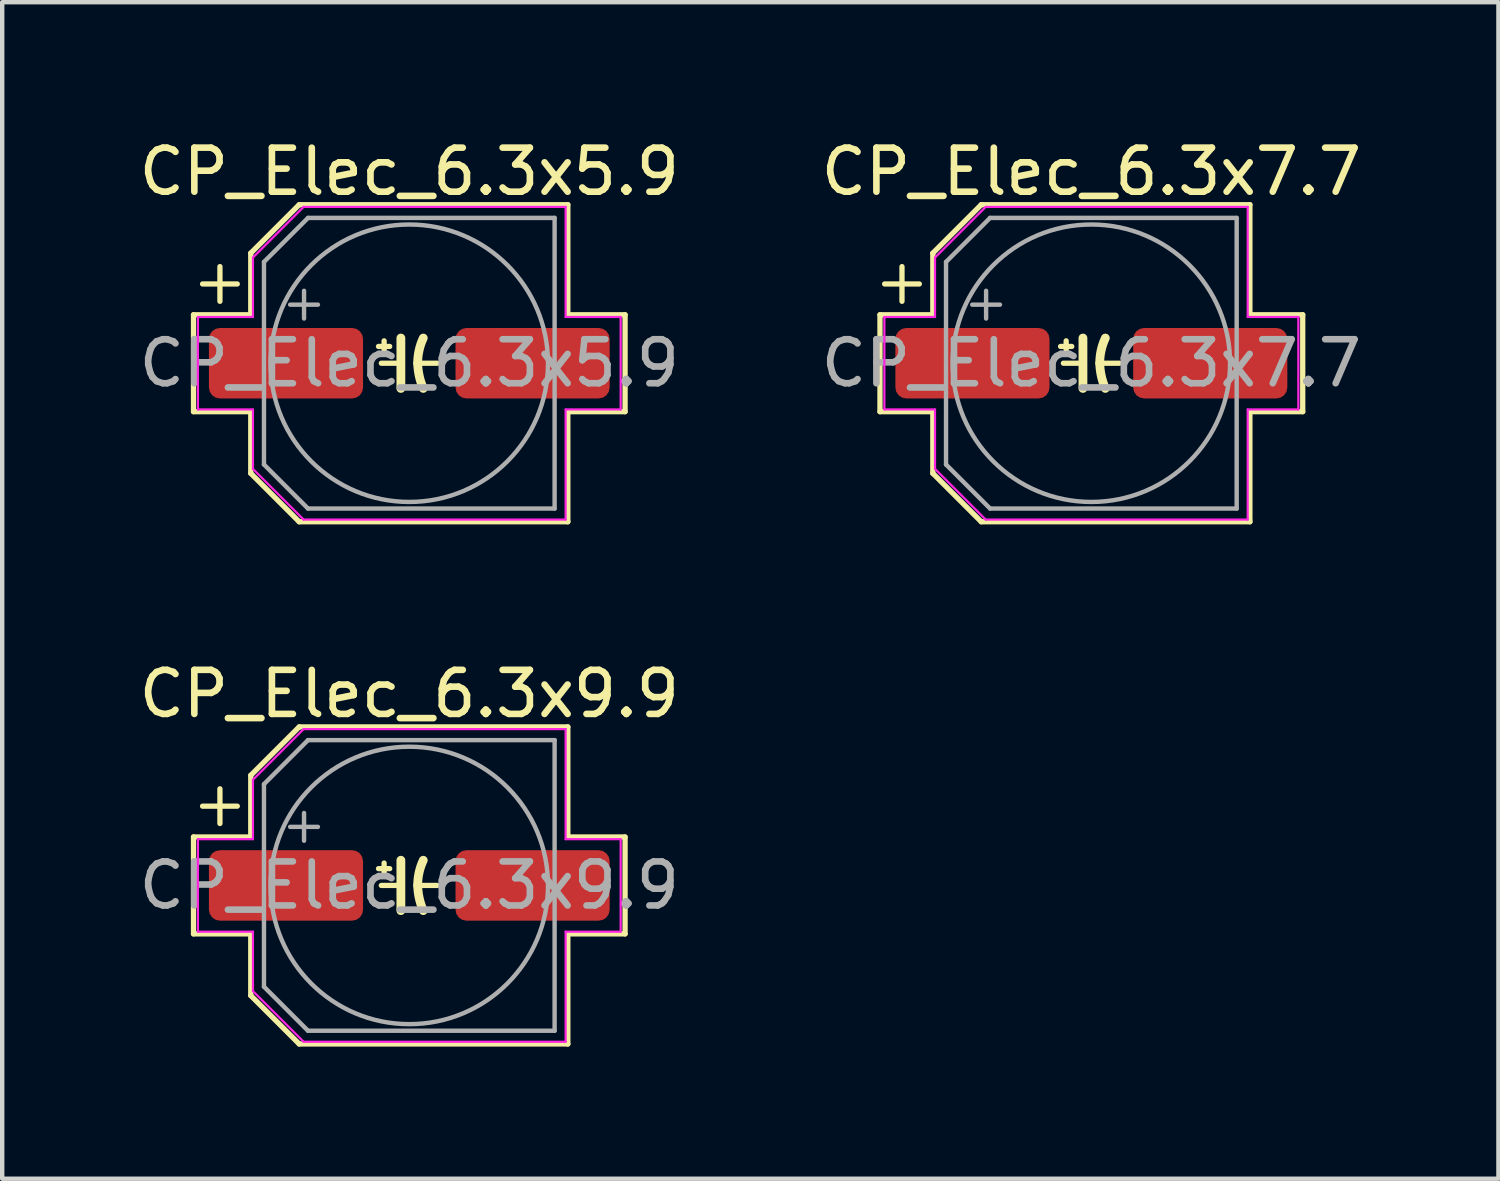
<source format=kicad_pcb>
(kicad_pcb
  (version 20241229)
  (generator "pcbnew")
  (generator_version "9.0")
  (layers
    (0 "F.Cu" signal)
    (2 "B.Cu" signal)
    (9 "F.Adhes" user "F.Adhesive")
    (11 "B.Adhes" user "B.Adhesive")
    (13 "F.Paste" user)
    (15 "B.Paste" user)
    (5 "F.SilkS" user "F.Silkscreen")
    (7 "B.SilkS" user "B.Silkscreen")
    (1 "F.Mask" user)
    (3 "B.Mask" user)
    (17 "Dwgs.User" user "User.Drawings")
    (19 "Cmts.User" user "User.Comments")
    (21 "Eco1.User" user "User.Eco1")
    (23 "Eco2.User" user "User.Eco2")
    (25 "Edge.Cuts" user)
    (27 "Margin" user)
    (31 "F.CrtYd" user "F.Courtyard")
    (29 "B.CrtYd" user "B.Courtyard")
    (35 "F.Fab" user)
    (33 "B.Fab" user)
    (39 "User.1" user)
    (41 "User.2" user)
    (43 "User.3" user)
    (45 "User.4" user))
  (footprint "CP_Elec_6.3x5.9"
    (layer "F.Cu")
    (at 6.244 5.198)
    (property "Reference" "CP_Elec_6.3x5.9" (at 0 -4.35 0) (layer "F.SilkS") (effects (font (size 1 1) (thickness 0.15))))
    (attr smd)
    (fp_line (start -4.9 -1.1) (end -4.9 1.1) (stroke (width 0.12) (type solid)) (layer "F.SilkS"))
    (fp_line (start -4.9 1.1) (end -3.6 1.1) (stroke (width 0.12) (type solid)) (layer "F.SilkS"))
    (fp_line (start -4.694 -1.8) (end -3.906 -1.8) (stroke (width 0.12) (type solid)) (layer "F.SilkS"))
    (fp_line (start -4.3 -2.194) (end -4.3 -1.406) (stroke (width 0.12) (type solid)) (layer "F.SilkS"))
    (fp_line (start -3.6 -2.5) (end -3.6 -1.1) (stroke (width 0.12) (type solid)) (layer "F.SilkS"))
    (fp_line (start -3.6 -1.1) (end -4.9 -1.1) (stroke (width 0.12) (type solid)) (layer "F.SilkS"))
    (fp_line (start -3.6 1.1) (end -3.6 2.5) (stroke (width 0.12) (type solid)) (layer "F.SilkS"))
    (fp_line (start -3.6 2.5) (end -2.5 3.6) (stroke (width 0.12) (type solid)) (layer "F.SilkS"))
    (fp_line (start -2.5 -3.6) (end -3.6 -2.5) (stroke (width 0.12) (type solid)) (layer "F.SilkS"))
    (fp_line (start -2.5 3.6) (end 3.6 3.6) (stroke (width 0.12) (type solid)) (layer "F.SilkS"))
    (fp_line (start -0.699 -0.381) (end -0.445 -0.381) (stroke (width 0.12) (type solid)) (layer "F.SilkS"))
    (fp_line (start -0.635 0) (end -0.191 0) (stroke (width 0.12) (type solid)) (layer "F.SilkS"))
    (fp_line (start -0.572 -0.508) (end -0.572 -0.254) (stroke (width 0.12) (type solid)) (layer "F.SilkS"))
    (fp_line (start -0.191 -0.572) (end -0.191 0.572) (stroke (width 0.2) (type solid)) (layer "F.SilkS"))
    (fp_line (start 0.635 0) (end 0.191 0) (stroke (width 0.12) (type solid)) (layer "F.SilkS"))
    (fp_line (start 3.6 -3.6) (end -2.5 -3.6) (stroke (width 0.12) (type solid)) (layer "F.SilkS"))
    (fp_line (start 3.6 -1.1) (end 3.6 -3.6) (stroke (width 0.12) (type solid)) (layer "F.SilkS"))
    (fp_line (start 3.6 1.1) (end 4.9 1.1) (stroke (width 0.12) (type solid)) (layer "F.SilkS"))
    (fp_line (start 3.6 3.6) (end 3.6 1.1) (stroke (width 0.12) (type solid)) (layer "F.SilkS"))
    (fp_line (start 4.9 -1.1) (end 3.6 -1.1) (stroke (width 0.12) (type solid)) (layer "F.SilkS"))
    (fp_line (start 4.9 1.1) (end 4.9 -1.1) (stroke (width 0.12) (type solid)) (layer "F.SilkS"))
    (fp_arc (start 0.1905 0) (mid 0.222579 -0.292732) (end 0.3175 -0.5715) (stroke (width 0.2) (type solid)) (layer "F.SilkS"))
    (fp_arc (start 0.3175 0.5715) (mid 0.226611 0.291836) (end 0.1905 0) (stroke (width 0.2) (type solid)) (layer "F.SilkS"))
    (fp_line (start -4.8 -1.05) (end -4.8 1.05) (stroke (width 0.05) (type solid)) (layer "F.CrtYd"))
    (fp_line (start -4.8 1.05) (end -3.55 1.05) (stroke (width 0.05) (type solid)) (layer "F.CrtYd"))
    (fp_line (start -3.55 -2.4) (end -3.55 -1.05) (stroke (width 0.05) (type solid)) (layer "F.CrtYd"))
    (fp_line (start -3.55 -2.4) (end -2.4 -3.55) (stroke (width 0.05) (type solid)) (layer "F.CrtYd"))
    (fp_line (start -3.55 -1.05) (end -4.8 -1.05) (stroke (width 0.05) (type solid)) (layer "F.CrtYd"))
    (fp_line (start -3.55 1.05) (end -3.55 2.4) (stroke (width 0.05) (type solid)) (layer "F.CrtYd"))
    (fp_line (start -3.55 2.4) (end -2.4 3.55) (stroke (width 0.05) (type solid)) (layer "F.CrtYd"))
    (fp_line (start -2.4 -3.55) (end 3.55 -3.55) (stroke (width 0.05) (type solid)) (layer "F.CrtYd"))
    (fp_line (start -2.4 3.55) (end 3.55 3.55) (stroke (width 0.05) (type solid)) (layer "F.CrtYd"))
    (fp_line (start 3.55 -3.55) (end 3.55 -1.05) (stroke (width 0.05) (type solid)) (layer "F.CrtYd"))
    (fp_line (start 3.55 -1.05) (end 4.8 -1.05) (stroke (width 0.05) (type solid)) (layer "F.CrtYd"))
    (fp_line (start 3.55 1.05) (end 3.55 3.55) (stroke (width 0.05) (type solid)) (layer "F.CrtYd"))
    (fp_line (start 4.8 -1.05) (end 4.8 1.05) (stroke (width 0.05) (type solid)) (layer "F.CrtYd"))
    (fp_line (start 4.8 1.05) (end 3.55 1.05) (stroke (width 0.05) (type solid)) (layer "F.CrtYd"))
    (fp_line (start -3.3 -2.3) (end -3.3 2.3) (stroke (width 0.1) (type solid)) (layer "F.Fab"))
    (fp_line (start -3.3 -2.3) (end -2.3 -3.3) (stroke (width 0.1) (type solid)) (layer "F.Fab"))
    (fp_line (start -3.3 2.3) (end -2.3 3.3) (stroke (width 0.1) (type solid)) (layer "F.Fab"))
    (fp_line (start -2.705 -1.33) (end -2.075 -1.33) (stroke (width 0.1) (type solid)) (layer "F.Fab"))
    (fp_line (start -2.39 -1.645) (end -2.39 -1.015) (stroke (width 0.1) (type solid)) (layer "F.Fab"))
    (fp_line (start -2.3 -3.3) (end 3.3 -3.3) (stroke (width 0.1) (type solid)) (layer "F.Fab"))
    (fp_line (start -2.3 3.3) (end 3.3 3.3) (stroke (width 0.1) (type solid)) (layer "F.Fab"))
    (fp_line (start 3.3 -3.3) (end 3.3 3.3) (stroke (width 0.1) (type solid)) (layer "F.Fab"))
    (fp_circle (center 0 0) (end 3.15 0) (stroke (width 0.1) (type solid)) (fill no) (layer "F.Fab"))
    (fp_text user "${REFERENCE}" (at 0 0 0) (layer "F.Fab") (effects (font (size 1 1) (thickness 0.15))))
    (pad "1" smd roundrect (at -2.8 0) (size 3.5 1.6) (layers "F.Cu" "F.Mask" "F.Paste") (roundrect_rratio 0.156))
    (pad "2" smd roundrect (at 2.8 0) (size 3.5 1.6) (layers "F.Cu" "F.Mask" "F.Paste") (roundrect_rratio 0.156)))
  (footprint "CP_Elec_6.3x7.7"
    (layer "F.Cu")
    (at 21.732 5.198)
    (property "Reference" "CP_Elec_6.3x7.7" (at 0 -4.35 0) (layer "F.SilkS") (effects (font (size 1 1) (thickness 0.15))))
    (attr smd)
    (fp_line (start -4.8 -1.1) (end -4.8 1.1) (stroke (width 0.12) (type solid)) (layer "F.SilkS"))
    (fp_line (start -4.8 1.1) (end -3.6 1.1) (stroke (width 0.12) (type solid)) (layer "F.SilkS"))
    (fp_line (start -4.694 -1.8) (end -3.906 -1.8) (stroke (width 0.12) (type solid)) (layer "F.SilkS"))
    (fp_line (start -4.3 -2.194) (end -4.3 -1.406) (stroke (width 0.12) (type solid)) (layer "F.SilkS"))
    (fp_line (start -3.6 -2.5) (end -3.6 -1.1) (stroke (width 0.12) (type solid)) (layer "F.SilkS"))
    (fp_line (start -3.6 -1.1) (end -4.8 -1.1) (stroke (width 0.12) (type solid)) (layer "F.SilkS"))
    (fp_line (start -3.6 1.1) (end -3.6 2.5) (stroke (width 0.12) (type solid)) (layer "F.SilkS"))
    (fp_line (start -3.6 2.5) (end -2.5 3.6) (stroke (width 0.12) (type solid)) (layer "F.SilkS"))
    (fp_line (start -2.5 -3.6) (end -3.6 -2.5) (stroke (width 0.12) (type solid)) (layer "F.SilkS"))
    (fp_line (start -2.5 3.6) (end 3.6 3.6) (stroke (width 0.12) (type solid)) (layer "F.SilkS"))
    (fp_line (start -0.699 -0.381) (end -0.445 -0.381) (stroke (width 0.12) (type solid)) (layer "F.SilkS"))
    (fp_line (start -0.635 0) (end -0.191 0) (stroke (width 0.12) (type solid)) (layer "F.SilkS"))
    (fp_line (start -0.572 -0.508) (end -0.572 -0.254) (stroke (width 0.12) (type solid)) (layer "F.SilkS"))
    (fp_line (start -0.191 -0.572) (end -0.191 0.572) (stroke (width 0.2) (type solid)) (layer "F.SilkS"))
    (fp_line (start 0.635 0) (end 0.191 0) (stroke (width 0.12) (type solid)) (layer "F.SilkS"))
    (fp_line (start 3.6 -3.6) (end -2.5 -3.6) (stroke (width 0.12) (type solid)) (layer "F.SilkS"))
    (fp_line (start 3.6 -1.1) (end 3.6 -3.6) (stroke (width 0.12) (type solid)) (layer "F.SilkS"))
    (fp_line (start 3.6 1.1) (end 4.8 1.1) (stroke (width 0.12) (type solid)) (layer "F.SilkS"))
    (fp_line (start 3.6 3.6) (end 3.6 1.1) (stroke (width 0.12) (type solid)) (layer "F.SilkS"))
    (fp_line (start 4.8 -1.1) (end 3.6 -1.1) (stroke (width 0.12) (type solid)) (layer "F.SilkS"))
    (fp_line (start 4.8 1.1) (end 4.8 -1.1) (stroke (width 0.12) (type solid)) (layer "F.SilkS"))
    (fp_arc (start 0.1905 0) (mid 0.222579 -0.292732) (end 0.3175 -0.5715) (stroke (width 0.2) (type solid)) (layer "F.SilkS"))
    (fp_arc (start 0.3175 0.5715) (mid 0.226611 0.291836) (end 0.1905 0) (stroke (width 0.2) (type solid)) (layer "F.SilkS"))
    (fp_line (start -4.7 -1.05) (end -4.7 1.05) (stroke (width 0.05) (type solid)) (layer "F.CrtYd"))
    (fp_line (start -4.7 1.05) (end -3.55 1.05) (stroke (width 0.05) (type solid)) (layer "F.CrtYd"))
    (fp_line (start -3.55 -2.4) (end -3.55 -1.05) (stroke (width 0.05) (type solid)) (layer "F.CrtYd"))
    (fp_line (start -3.55 -2.4) (end -2.4 -3.55) (stroke (width 0.05) (type solid)) (layer "F.CrtYd"))
    (fp_line (start -3.55 -1.05) (end -4.7 -1.05) (stroke (width 0.05) (type solid)) (layer "F.CrtYd"))
    (fp_line (start -3.55 1.05) (end -3.55 2.4) (stroke (width 0.05) (type solid)) (layer "F.CrtYd"))
    (fp_line (start -3.55 2.4) (end -2.4 3.55) (stroke (width 0.05) (type solid)) (layer "F.CrtYd"))
    (fp_line (start -2.4 -3.55) (end 3.55 -3.55) (stroke (width 0.05) (type solid)) (layer "F.CrtYd"))
    (fp_line (start -2.4 3.55) (end 3.55 3.55) (stroke (width 0.05) (type solid)) (layer "F.CrtYd"))
    (fp_line (start 3.55 -3.55) (end 3.55 -1.05) (stroke (width 0.05) (type solid)) (layer "F.CrtYd"))
    (fp_line (start 3.55 -1.05) (end 4.7 -1.05) (stroke (width 0.05) (type solid)) (layer "F.CrtYd"))
    (fp_line (start 3.55 1.05) (end 3.55 3.55) (stroke (width 0.05) (type solid)) (layer "F.CrtYd"))
    (fp_line (start 4.7 -1.05) (end 4.7 1.05) (stroke (width 0.05) (type solid)) (layer "F.CrtYd"))
    (fp_line (start 4.7 1.05) (end 3.55 1.05) (stroke (width 0.05) (type solid)) (layer "F.CrtYd"))
    (fp_line (start -3.3 -2.3) (end -3.3 2.3) (stroke (width 0.1) (type solid)) (layer "F.Fab"))
    (fp_line (start -3.3 -2.3) (end -2.3 -3.3) (stroke (width 0.1) (type solid)) (layer "F.Fab"))
    (fp_line (start -3.3 2.3) (end -2.3 3.3) (stroke (width 0.1) (type solid)) (layer "F.Fab"))
    (fp_line (start -2.705 -1.33) (end -2.075 -1.33) (stroke (width 0.1) (type solid)) (layer "F.Fab"))
    (fp_line (start -2.39 -1.645) (end -2.39 -1.015) (stroke (width 0.1) (type solid)) (layer "F.Fab"))
    (fp_line (start -2.3 -3.3) (end 3.3 -3.3) (stroke (width 0.1) (type solid)) (layer "F.Fab"))
    (fp_line (start -2.3 3.3) (end 3.3 3.3) (stroke (width 0.1) (type solid)) (layer "F.Fab"))
    (fp_line (start 3.3 -3.3) (end 3.3 3.3) (stroke (width 0.1) (type solid)) (layer "F.Fab"))
    (fp_circle (center 0 0) (end 3.15 0) (stroke (width 0.1) (type solid)) (fill no) (layer "F.Fab"))
    (fp_text user "${REFERENCE}" (at 0 0 0) (layer "F.Fab") (effects (font (size 1 1) (thickness 0.15))))
    (pad "1" smd roundrect (at -2.7 0) (size 3.5 1.6) (layers "F.Cu" "F.Mask" "F.Paste") (roundrect_rratio 0.156))
    (pad "2" smd roundrect (at 2.7 0) (size 3.5 1.6) (layers "F.Cu" "F.Mask" "F.Paste") (roundrect_rratio 0.156)))
  (footprint "CP_Elec_6.3x9.9"
    (layer "F.Cu")
    (at 6.244 17.056)
    (property "Reference" "CP_Elec_6.3x9.9" (at 0 -4.35 0) (layer "F.SilkS") (effects (font (size 1 1) (thickness 0.15))))
    (attr smd)
    (fp_line (start -4.9 -1.1) (end -4.9 1.1) (stroke (width 0.12) (type solid)) (layer "F.SilkS"))
    (fp_line (start -4.9 1.1) (end -3.6 1.1) (stroke (width 0.12) (type solid)) (layer "F.SilkS"))
    (fp_line (start -4.694 -1.8) (end -3.906 -1.8) (stroke (width 0.12) (type solid)) (layer "F.SilkS"))
    (fp_line (start -4.3 -2.194) (end -4.3 -1.406) (stroke (width 0.12) (type solid)) (layer "F.SilkS"))
    (fp_line (start -3.6 -2.5) (end -3.6 -1.1) (stroke (width 0.12) (type solid)) (layer "F.SilkS"))
    (fp_line (start -3.6 -1.1) (end -4.9 -1.1) (stroke (width 0.12) (type solid)) (layer "F.SilkS"))
    (fp_line (start -3.6 1.1) (end -3.6 2.5) (stroke (width 0.12) (type solid)) (layer "F.SilkS"))
    (fp_line (start -3.6 2.5) (end -2.5 3.6) (stroke (width 0.12) (type solid)) (layer "F.SilkS"))
    (fp_line (start -2.5 -3.6) (end -3.6 -2.5) (stroke (width 0.12) (type solid)) (layer "F.SilkS"))
    (fp_line (start -2.5 3.6) (end 3.6 3.6) (stroke (width 0.12) (type solid)) (layer "F.SilkS"))
    (fp_line (start -0.699 -0.381) (end -0.445 -0.381) (stroke (width 0.12) (type solid)) (layer "F.SilkS"))
    (fp_line (start -0.635 0) (end -0.191 0) (stroke (width 0.12) (type solid)) (layer "F.SilkS"))
    (fp_line (start -0.572 -0.508) (end -0.572 -0.254) (stroke (width 0.12) (type solid)) (layer "F.SilkS"))
    (fp_line (start -0.191 -0.572) (end -0.191 0.572) (stroke (width 0.2) (type solid)) (layer "F.SilkS"))
    (fp_line (start 0.635 0) (end 0.191 0) (stroke (width 0.12) (type solid)) (layer "F.SilkS"))
    (fp_line (start 3.6 -3.6) (end -2.5 -3.6) (stroke (width 0.12) (type solid)) (layer "F.SilkS"))
    (fp_line (start 3.6 -1.1) (end 3.6 -3.6) (stroke (width 0.12) (type solid)) (layer "F.SilkS"))
    (fp_line (start 3.6 1.1) (end 4.9 1.1) (stroke (width 0.12) (type solid)) (layer "F.SilkS"))
    (fp_line (start 3.6 3.6) (end 3.6 1.1) (stroke (width 0.12) (type solid)) (layer "F.SilkS"))
    (fp_line (start 4.9 -1.1) (end 3.6 -1.1) (stroke (width 0.12) (type solid)) (layer "F.SilkS"))
    (fp_line (start 4.9 1.1) (end 4.9 -1.1) (stroke (width 0.12) (type solid)) (layer "F.SilkS"))
    (fp_arc (start 0.1905 0) (mid 0.222579 -0.292732) (end 0.3175 -0.5715) (stroke (width 0.2) (type solid)) (layer "F.SilkS"))
    (fp_arc (start 0.3175 0.5715) (mid 0.226611 0.291836) (end 0.1905 0) (stroke (width 0.2) (type solid)) (layer "F.SilkS"))
    (fp_line (start -4.8 -1.05) (end -4.8 1.05) (stroke (width 0.05) (type solid)) (layer "F.CrtYd"))
    (fp_line (start -4.8 1.05) (end -3.55 1.05) (stroke (width 0.05) (type solid)) (layer "F.CrtYd"))
    (fp_line (start -3.55 -2.4) (end -3.55 -1.05) (stroke (width 0.05) (type solid)) (layer "F.CrtYd"))
    (fp_line (start -3.55 -2.4) (end -2.4 -3.55) (stroke (width 0.05) (type solid)) (layer "F.CrtYd"))
    (fp_line (start -3.55 -1.05) (end -4.8 -1.05) (stroke (width 0.05) (type solid)) (layer "F.CrtYd"))
    (fp_line (start -3.55 1.05) (end -3.55 2.4) (stroke (width 0.05) (type solid)) (layer "F.CrtYd"))
    (fp_line (start -3.55 2.4) (end -2.4 3.55) (stroke (width 0.05) (type solid)) (layer "F.CrtYd"))
    (fp_line (start -2.4 -3.55) (end 3.55 -3.55) (stroke (width 0.05) (type solid)) (layer "F.CrtYd"))
    (fp_line (start -2.4 3.55) (end 3.55 3.55) (stroke (width 0.05) (type solid)) (layer "F.CrtYd"))
    (fp_line (start 3.55 -3.55) (end 3.55 -1.05) (stroke (width 0.05) (type solid)) (layer "F.CrtYd"))
    (fp_line (start 3.55 -1.05) (end 4.8 -1.05) (stroke (width 0.05) (type solid)) (layer "F.CrtYd"))
    (fp_line (start 3.55 1.05) (end 3.55 3.55) (stroke (width 0.05) (type solid)) (layer "F.CrtYd"))
    (fp_line (start 4.8 -1.05) (end 4.8 1.05) (stroke (width 0.05) (type solid)) (layer "F.CrtYd"))
    (fp_line (start 4.8 1.05) (end 3.55 1.05) (stroke (width 0.05) (type solid)) (layer "F.CrtYd"))
    (fp_line (start -3.3 -2.3) (end -3.3 2.3) (stroke (width 0.1) (type solid)) (layer "F.Fab"))
    (fp_line (start -3.3 -2.3) (end -2.3 -3.3) (stroke (width 0.1) (type solid)) (layer "F.Fab"))
    (fp_line (start -3.3 2.3) (end -2.3 3.3) (stroke (width 0.1) (type solid)) (layer "F.Fab"))
    (fp_line (start -2.705 -1.33) (end -2.075 -1.33) (stroke (width 0.1) (type solid)) (layer "F.Fab"))
    (fp_line (start -2.39 -1.645) (end -2.39 -1.015) (stroke (width 0.1) (type solid)) (layer "F.Fab"))
    (fp_line (start -2.3 -3.3) (end 3.3 -3.3) (stroke (width 0.1) (type solid)) (layer "F.Fab"))
    (fp_line (start -2.3 3.3) (end 3.3 3.3) (stroke (width 0.1) (type solid)) (layer "F.Fab"))
    (fp_line (start 3.3 -3.3) (end 3.3 3.3) (stroke (width 0.1) (type solid)) (layer "F.Fab"))
    (fp_circle (center 0 0) (end 3.15 0) (stroke (width 0.1) (type solid)) (fill no) (layer "F.Fab"))
    (fp_text user "${REFERENCE}" (at 0 0 0) (layer "F.Fab") (effects (font (size 1 1) (thickness 0.15))))
    (pad "1" smd roundrect (at -2.8 0) (size 3.5 1.6) (layers "F.Cu" "F.Mask" "F.Paste") (roundrect_rratio 0.156))
    (pad "2" smd roundrect (at 2.8 0) (size 3.5 1.6) (layers "F.Cu" "F.Mask" "F.Paste") (roundrect_rratio 0.156)))
  (gr_rect
    (start -3 -3)
    (end 30.976 23.716)
    (stroke (width 0.1) (type default))
    (fill no)
    (layer "Edge.Cuts")))
</source>
